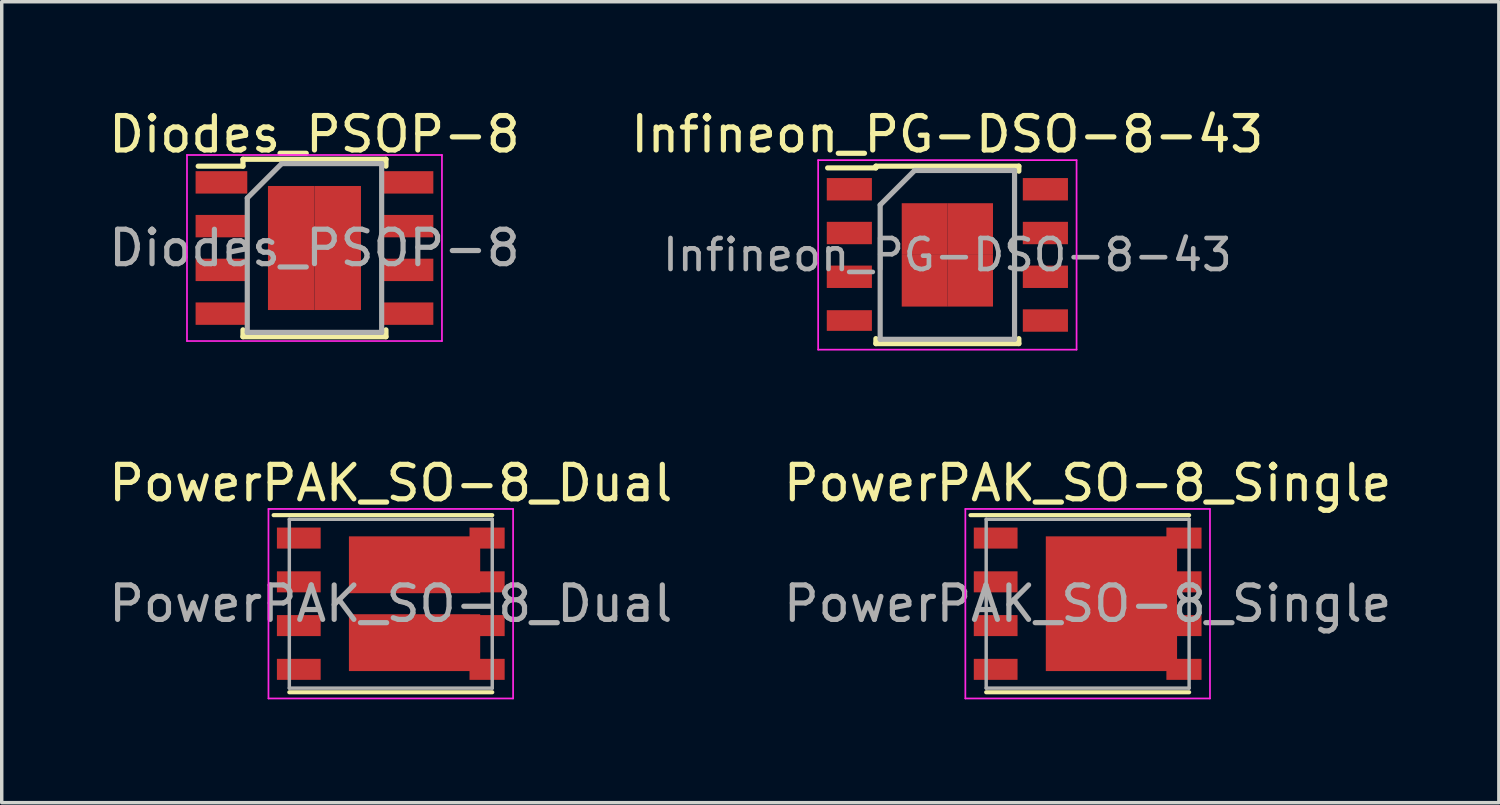
<source format=kicad_pcb>
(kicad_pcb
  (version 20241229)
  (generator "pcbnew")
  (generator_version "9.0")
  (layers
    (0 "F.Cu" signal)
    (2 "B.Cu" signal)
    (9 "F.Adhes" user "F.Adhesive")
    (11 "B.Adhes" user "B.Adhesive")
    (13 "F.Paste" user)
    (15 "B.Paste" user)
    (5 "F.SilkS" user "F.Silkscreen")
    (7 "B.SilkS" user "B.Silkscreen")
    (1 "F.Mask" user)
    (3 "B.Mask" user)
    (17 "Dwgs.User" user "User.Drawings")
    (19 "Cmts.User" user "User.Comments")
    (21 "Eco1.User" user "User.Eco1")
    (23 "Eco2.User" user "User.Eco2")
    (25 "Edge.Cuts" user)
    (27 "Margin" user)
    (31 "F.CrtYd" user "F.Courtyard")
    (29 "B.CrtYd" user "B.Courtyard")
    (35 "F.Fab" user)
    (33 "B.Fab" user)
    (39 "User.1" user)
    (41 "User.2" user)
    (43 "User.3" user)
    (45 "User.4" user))
  (footprint "PowerPAK_SO-8_Single"
    (layer "F.Cu")
    (at 28.518 14.472)
    (property "Reference" "PowerPAK_SO-8_Single" (at 0 -3.5 0) (layer "F.SilkS") (effects (font (size 1 1) (thickness 0.15))))
    (attr smd)
    (fp_line (start -3.4 -2.57) (end 2.945 -2.57) (stroke (width 0.12) (type solid)) (layer "F.SilkS"))
    (fp_line (start -2.945 2.57) (end 2.945 2.57) (stroke (width 0.12) (type solid)) (layer "F.SilkS"))
    (fp_line (start -3.55 -2.75) (end -3.55 2.75) (stroke (width 0.05) (type solid)) (layer "F.CrtYd"))
    (fp_line (start -3.55 -2.75) (end 3.55 -2.75) (stroke (width 0.05) (type solid)) (layer "F.CrtYd"))
    (fp_line (start -3.55 2.75) (end 3.55 2.75) (stroke (width 0.05) (type solid)) (layer "F.CrtYd"))
    (fp_line (start 3.55 -2.75) (end 3.55 2.75) (stroke (width 0.05) (type solid)) (layer "F.CrtYd"))
    (fp_line (start -2.945 -2.45) (end 2.945 -2.45) (stroke (width 0.1) (type solid)) (layer "F.Fab"))
    (fp_line (start -2.945 2.45) (end -2.945 -2.45) (stroke (width 0.1) (type solid)) (layer "F.Fab"))
    (fp_line (start 2.945 -2.45) (end 2.945 2.45) (stroke (width 0.1) (type solid)) (layer "F.Fab"))
    (fp_line (start 2.945 2.45) (end -2.945 2.45) (stroke (width 0.1) (type solid)) (layer "F.Fab"))
    (fp_text user "${REFERENCE}" (at 0 0 0) (layer "F.Fab") (effects (font (size 1 1) (thickness 0.15))))
    (pad "1" smd rect (at -2.67 -1.905) (size 1.27 0.61) (layers "F.Cu" "F.Mask" "F.Paste"))
    (pad "2" smd rect (at -2.67 -0.635) (size 1.27 0.61) (layers "F.Cu" "F.Mask" "F.Paste"))
    (pad "3" smd rect (at -2.67 0.635) (size 1.27 0.61) (layers "F.Cu" "F.Mask" "F.Paste"))
    (pad "4" smd rect (at -2.67 1.905) (size 1.27 0.61) (layers "F.Cu" "F.Mask" "F.Paste"))
    (pad "5" smd rect (at 0.69 0) (size 3.81 3.91) (layers "F.Cu" "F.Mask" "F.Paste"))
    (pad "5" smd rect (at 2.795 -1.905) (size 1.02 0.61) (layers "F.Cu" "F.Mask" "F.Paste"))
    (pad "5" smd rect (at 2.795 -0.635) (size 1.02 0.61) (layers "F.Cu" "F.Mask" "F.Paste"))
    (pad "5" smd rect (at 2.795 0.635) (size 1.02 0.61) (layers "F.Cu" "F.Mask" "F.Paste"))
    (pad "5" smd rect (at 2.795 1.905) (size 1.02 0.61) (layers "F.Cu" "F.Mask" "F.Paste")))
  (footprint "PowerPAK_SO-8_Dual"
    (layer "F.Cu")
    (at 8.292 14.472)
    (property "Reference" "PowerPAK_SO-8_Dual" (at 0 -3.5 0) (layer "F.SilkS") (effects (font (size 1 1) (thickness 0.15))))
    (attr smd)
    (fp_line (start -3.4 -2.57) (end 2.945 -2.57) (stroke (width 0.12) (type solid)) (layer "F.SilkS"))
    (fp_line (start -2.945 2.57) (end 2.945 2.57) (stroke (width 0.12) (type solid)) (layer "F.SilkS"))
    (fp_line (start -3.55 -2.75) (end -3.55 2.75) (stroke (width 0.05) (type solid)) (layer "F.CrtYd"))
    (fp_line (start -3.55 -2.75) (end 3.55 -2.75) (stroke (width 0.05) (type solid)) (layer "F.CrtYd"))
    (fp_line (start -3.55 2.75) (end 3.55 2.75) (stroke (width 0.05) (type solid)) (layer "F.CrtYd"))
    (fp_line (start 3.55 -2.75) (end 3.55 2.75) (stroke (width 0.05) (type solid)) (layer "F.CrtYd"))
    (fp_line (start -2.945 -2.45) (end 2.945 -2.45) (stroke (width 0.1) (type solid)) (layer "F.Fab"))
    (fp_line (start -2.945 2.45) (end -2.945 -2.45) (stroke (width 0.1) (type solid)) (layer "F.Fab"))
    (fp_line (start 2.945 -2.45) (end 2.945 2.45) (stroke (width 0.1) (type solid)) (layer "F.Fab"))
    (fp_line (start 2.945 2.45) (end -2.945 2.45) (stroke (width 0.1) (type solid)) (layer "F.Fab"))
    (fp_text user "${REFERENCE}" (at 0 0 0) (layer "F.Fab") (effects (font (size 1 1) (thickness 0.15))))
    (pad "1" smd rect (at -2.67 -1.905) (size 1.27 0.61) (layers "F.Cu" "F.Mask" "F.Paste"))
    (pad "2" smd rect (at -2.67 -0.635) (size 1.27 0.61) (layers "F.Cu" "F.Mask" "F.Paste"))
    (pad "3" smd rect (at -2.67 0.635) (size 1.27 0.61) (layers "F.Cu" "F.Mask" "F.Paste"))
    (pad "4" smd rect (at -2.67 1.905) (size 1.27 0.61) (layers "F.Cu" "F.Mask" "F.Paste"))
    (pad "5" smd rect (at 0.69 -1.13) (size 3.81 1.65) (layers "F.Cu" "F.Mask" "F.Paste"))
    (pad "5" smd rect (at 2.795 -1.905) (size 1.02 0.61) (layers "F.Cu" "F.Mask" "F.Paste"))
    (pad "5" smd rect (at 2.795 -0.635) (size 1.02 0.61) (layers "F.Cu" "F.Mask" "F.Paste"))
    (pad "6" smd rect (at 0.69 1.13) (size 3.81 1.65) (layers "F.Cu" "F.Mask" "F.Paste"))
    (pad "6" smd rect (at 2.795 0.635) (size 1.02 0.61) (layers "F.Cu" "F.Mask" "F.Paste"))
    (pad "6" smd rect (at 2.795 1.905) (size 1.02 0.61) (layers "F.Cu" "F.Mask" "F.Paste")))
  (footprint "Infineon_PG-DSO-8-43"
    (layer "F.Cu")
    (at 24.446 4.348)
    (property "Reference" "Infineon_PG-DSO-8-43" (at 0 -3.5 0) (layer "F.SilkS") (effects (font (size 1 1) (thickness 0.15))))
    (attr smd)
    (fp_line (start -2.075 -2.575) (end -2.075 -2.525) (stroke (width 0.15) (type solid)) (layer "F.SilkS"))
    (fp_line (start -2.075 -2.575) (end 2.075 -2.575) (stroke (width 0.15) (type solid)) (layer "F.SilkS"))
    (fp_line (start -2.075 -2.525) (end -3.475 -2.525) (stroke (width 0.15) (type solid)) (layer "F.SilkS"))
    (fp_line (start -2.075 2.575) (end -2.075 2.43) (stroke (width 0.15) (type solid)) (layer "F.SilkS"))
    (fp_line (start -2.075 2.575) (end 2.075 2.575) (stroke (width 0.15) (type solid)) (layer "F.SilkS"))
    (fp_line (start 2.075 -2.575) (end 2.075 -2.43) (stroke (width 0.15) (type solid)) (layer "F.SilkS"))
    (fp_line (start 2.075 2.575) (end 2.075 2.43) (stroke (width 0.15) (type solid)) (layer "F.SilkS"))
    (fp_line (start -3.75 -2.75) (end -3.75 2.75) (stroke (width 0.05) (type solid)) (layer "F.CrtYd"))
    (fp_line (start -3.75 -2.75) (end 3.75 -2.75) (stroke (width 0.05) (type solid)) (layer "F.CrtYd"))
    (fp_line (start -3.75 2.75) (end 3.75 2.75) (stroke (width 0.05) (type solid)) (layer "F.CrtYd"))
    (fp_line (start 3.75 -2.75) (end 3.75 2.75) (stroke (width 0.05) (type solid)) (layer "F.CrtYd"))
    (fp_line (start -1.95 -1.45) (end -0.95 -2.45) (stroke (width 0.15) (type solid)) (layer "F.Fab"))
    (fp_line (start -1.95 2.45) (end -1.95 -1.45) (stroke (width 0.15) (type solid)) (layer "F.Fab"))
    (fp_line (start -0.95 -2.45) (end 1.95 -2.45) (stroke (width 0.15) (type solid)) (layer "F.Fab"))
    (fp_line (start 1.95 -2.45) (end 1.95 2.45) (stroke (width 0.15) (type solid)) (layer "F.Fab"))
    (fp_line (start 1.95 2.45) (end -1.95 2.45) (stroke (width 0.15) (type solid)) (layer "F.Fab"))
    (fp_text user "${REFERENCE}" (at 0 0 0) (layer "F.Fab") (effects (font (size 0.9 0.9) (thickness 0.135))))
    (pad "1" smd rect (at -2.845 -1.905) (size 1.31 0.65) (layers "F.Cu" "F.Mask" "F.Paste"))
    (pad "2" smd rect (at -2.845 -0.635) (size 1.31 0.65) (layers "F.Cu" "F.Mask" "F.Paste"))
    (pad "3" smd rect (at -2.845 0.635) (size 1.31 0.65) (layers "F.Cu" "F.Mask" "F.Paste"))
    (pad "4" smd rect (at -2.845 1.905) (size 1.31 0.6) (layers "F.Cu" "F.Mask" "F.Paste"))
    (pad "5" smd rect (at 2.845 1.905) (size 1.31 0.65) (layers "F.Cu" "F.Mask" "F.Paste"))
    (pad "6" smd rect (at 2.845 0.635) (size 1.31 0.65) (layers "F.Cu" "F.Mask" "F.Paste"))
    (pad "7" smd rect (at 2.845 -0.635) (size 1.31 0.65) (layers "F.Cu" "F.Mask" "F.Paste"))
    (pad "8" smd rect (at 2.845 -1.905) (size 1.31 0.65) (layers "F.Cu" "F.Mask" "F.Paste"))
    (pad "9" smd rect (at -0.662 -0.75) (size 1.325 1.5) (layers "F.Cu" "F.Mask" "F.Paste"))
    (pad "9" smd rect (at -0.662 0.75) (size 1.325 1.5) (layers "F.Cu" "F.Mask" "F.Paste"))
    (pad "9" smd rect (at 0.662 -0.75) (size 1.325 1.5) (layers "F.Cu" "F.Mask" "F.Paste"))
    (pad "9" smd rect (at 0.662 0.75) (size 1.325 1.5) (layers "F.Cu" "F.Mask" "F.Paste")))
  (footprint "Diodes_PSOP-8"
    (layer "F.Cu")
    (at 6.077 4.148)
    (property "Reference" "Diodes_PSOP-8" (at 0 -3.3 0) (layer "F.SilkS") (effects (font (size 1 1) (thickness 0.15))))
    (attr smd)
    (fp_line (start -2.075 -2.575) (end -2.075 -2.375) (stroke (width 0.15) (type solid)) (layer "F.SilkS"))
    (fp_line (start -2.075 -2.575) (end 2.075 -2.575) (stroke (width 0.15) (type solid)) (layer "F.SilkS"))
    (fp_line (start -2.075 -2.375) (end -3.375 -2.375) (stroke (width 0.15) (type solid)) (layer "F.SilkS"))
    (fp_line (start -2.075 2.575) (end -2.075 2.375) (stroke (width 0.15) (type solid)) (layer "F.SilkS"))
    (fp_line (start -2.075 2.575) (end 2.075 2.575) (stroke (width 0.15) (type solid)) (layer "F.SilkS"))
    (fp_line (start 2.075 -2.575) (end 2.075 -2.375) (stroke (width 0.15) (type solid)) (layer "F.SilkS"))
    (fp_line (start 2.075 2.575) (end 2.075 2.375) (stroke (width 0.15) (type solid)) (layer "F.SilkS"))
    (fp_line (start -3.7 -2.7) (end -3.7 2.7) (stroke (width 0.05) (type solid)) (layer "F.CrtYd"))
    (fp_line (start -3.7 -2.7) (end 3.7 -2.7) (stroke (width 0.05) (type solid)) (layer "F.CrtYd"))
    (fp_line (start -3.7 2.7) (end 3.7 2.7) (stroke (width 0.05) (type solid)) (layer "F.CrtYd"))
    (fp_line (start 3.7 -2.7) (end 3.7 2.7) (stroke (width 0.05) (type solid)) (layer "F.CrtYd"))
    (fp_line (start -1.95 -1.45) (end -0.95 -2.45) (stroke (width 0.15) (type solid)) (layer "F.Fab"))
    (fp_line (start -1.95 2.45) (end -1.95 -1.45) (stroke (width 0.15) (type solid)) (layer "F.Fab"))
    (fp_line (start -0.95 -2.45) (end 1.95 -2.45) (stroke (width 0.15) (type solid)) (layer "F.Fab"))
    (fp_line (start 1.95 -2.45) (end 1.95 2.45) (stroke (width 0.15) (type solid)) (layer "F.Fab"))
    (fp_line (start 1.95 2.45) (end -1.95 2.45) (stroke (width 0.15) (type solid)) (layer "F.Fab"))
    (fp_text user "${REFERENCE}" (at 0 0 0) (layer "F.Fab") (effects (font (size 1 1) (thickness 0.15))))
    (pad "1" smd rect (at -2.7 -1.905) (size 1.5 0.65) (layers "F.Cu" "F.Mask" "F.Paste"))
    (pad "2" smd rect (at -2.7 -0.635) (size 1.5 0.65) (layers "F.Cu" "F.Mask" "F.Paste"))
    (pad "3" smd rect (at -2.7 0.635) (size 1.5 0.65) (layers "F.Cu" "F.Mask" "F.Paste"))
    (pad "4" smd rect (at -2.7 1.905) (size 1.5 0.65) (layers "F.Cu" "F.Mask" "F.Paste"))
    (pad "5" smd rect (at 2.7 1.905) (size 1.5 0.65) (layers "F.Cu" "F.Mask" "F.Paste"))
    (pad "6" smd rect (at 2.7 0.635) (size 1.5 0.65) (layers "F.Cu" "F.Mask" "F.Paste"))
    (pad "7" smd rect (at 2.7 -0.635) (size 1.5 0.65) (layers "F.Cu" "F.Mask" "F.Paste"))
    (pad "8" smd rect (at 2.7 -1.905) (size 1.5 0.65) (layers "F.Cu" "F.Mask" "F.Paste"))
    (pad "9" smd rect (at -0.675 -0.9) (size 1.35 1.8) (layers "F.Cu" "F.Mask" "F.Paste"))
    (pad "9" smd rect (at -0.675 0.9) (size 1.35 1.8) (layers "F.Cu" "F.Mask" "F.Paste"))
    (pad "9" smd rect (at 0.675 -0.9) (size 1.35 1.8) (layers "F.Cu" "F.Mask" "F.Paste"))
    (pad "9" smd rect (at 0.675 0.9) (size 1.35 1.8) (layers "F.Cu" "F.Mask" "F.Paste")))
  (gr_rect
    (start -3 -3)
    (end 40.452 20.247)
    (stroke (width 0.1) (type default))
    (fill no)
    (layer "Edge.Cuts")))
</source>
